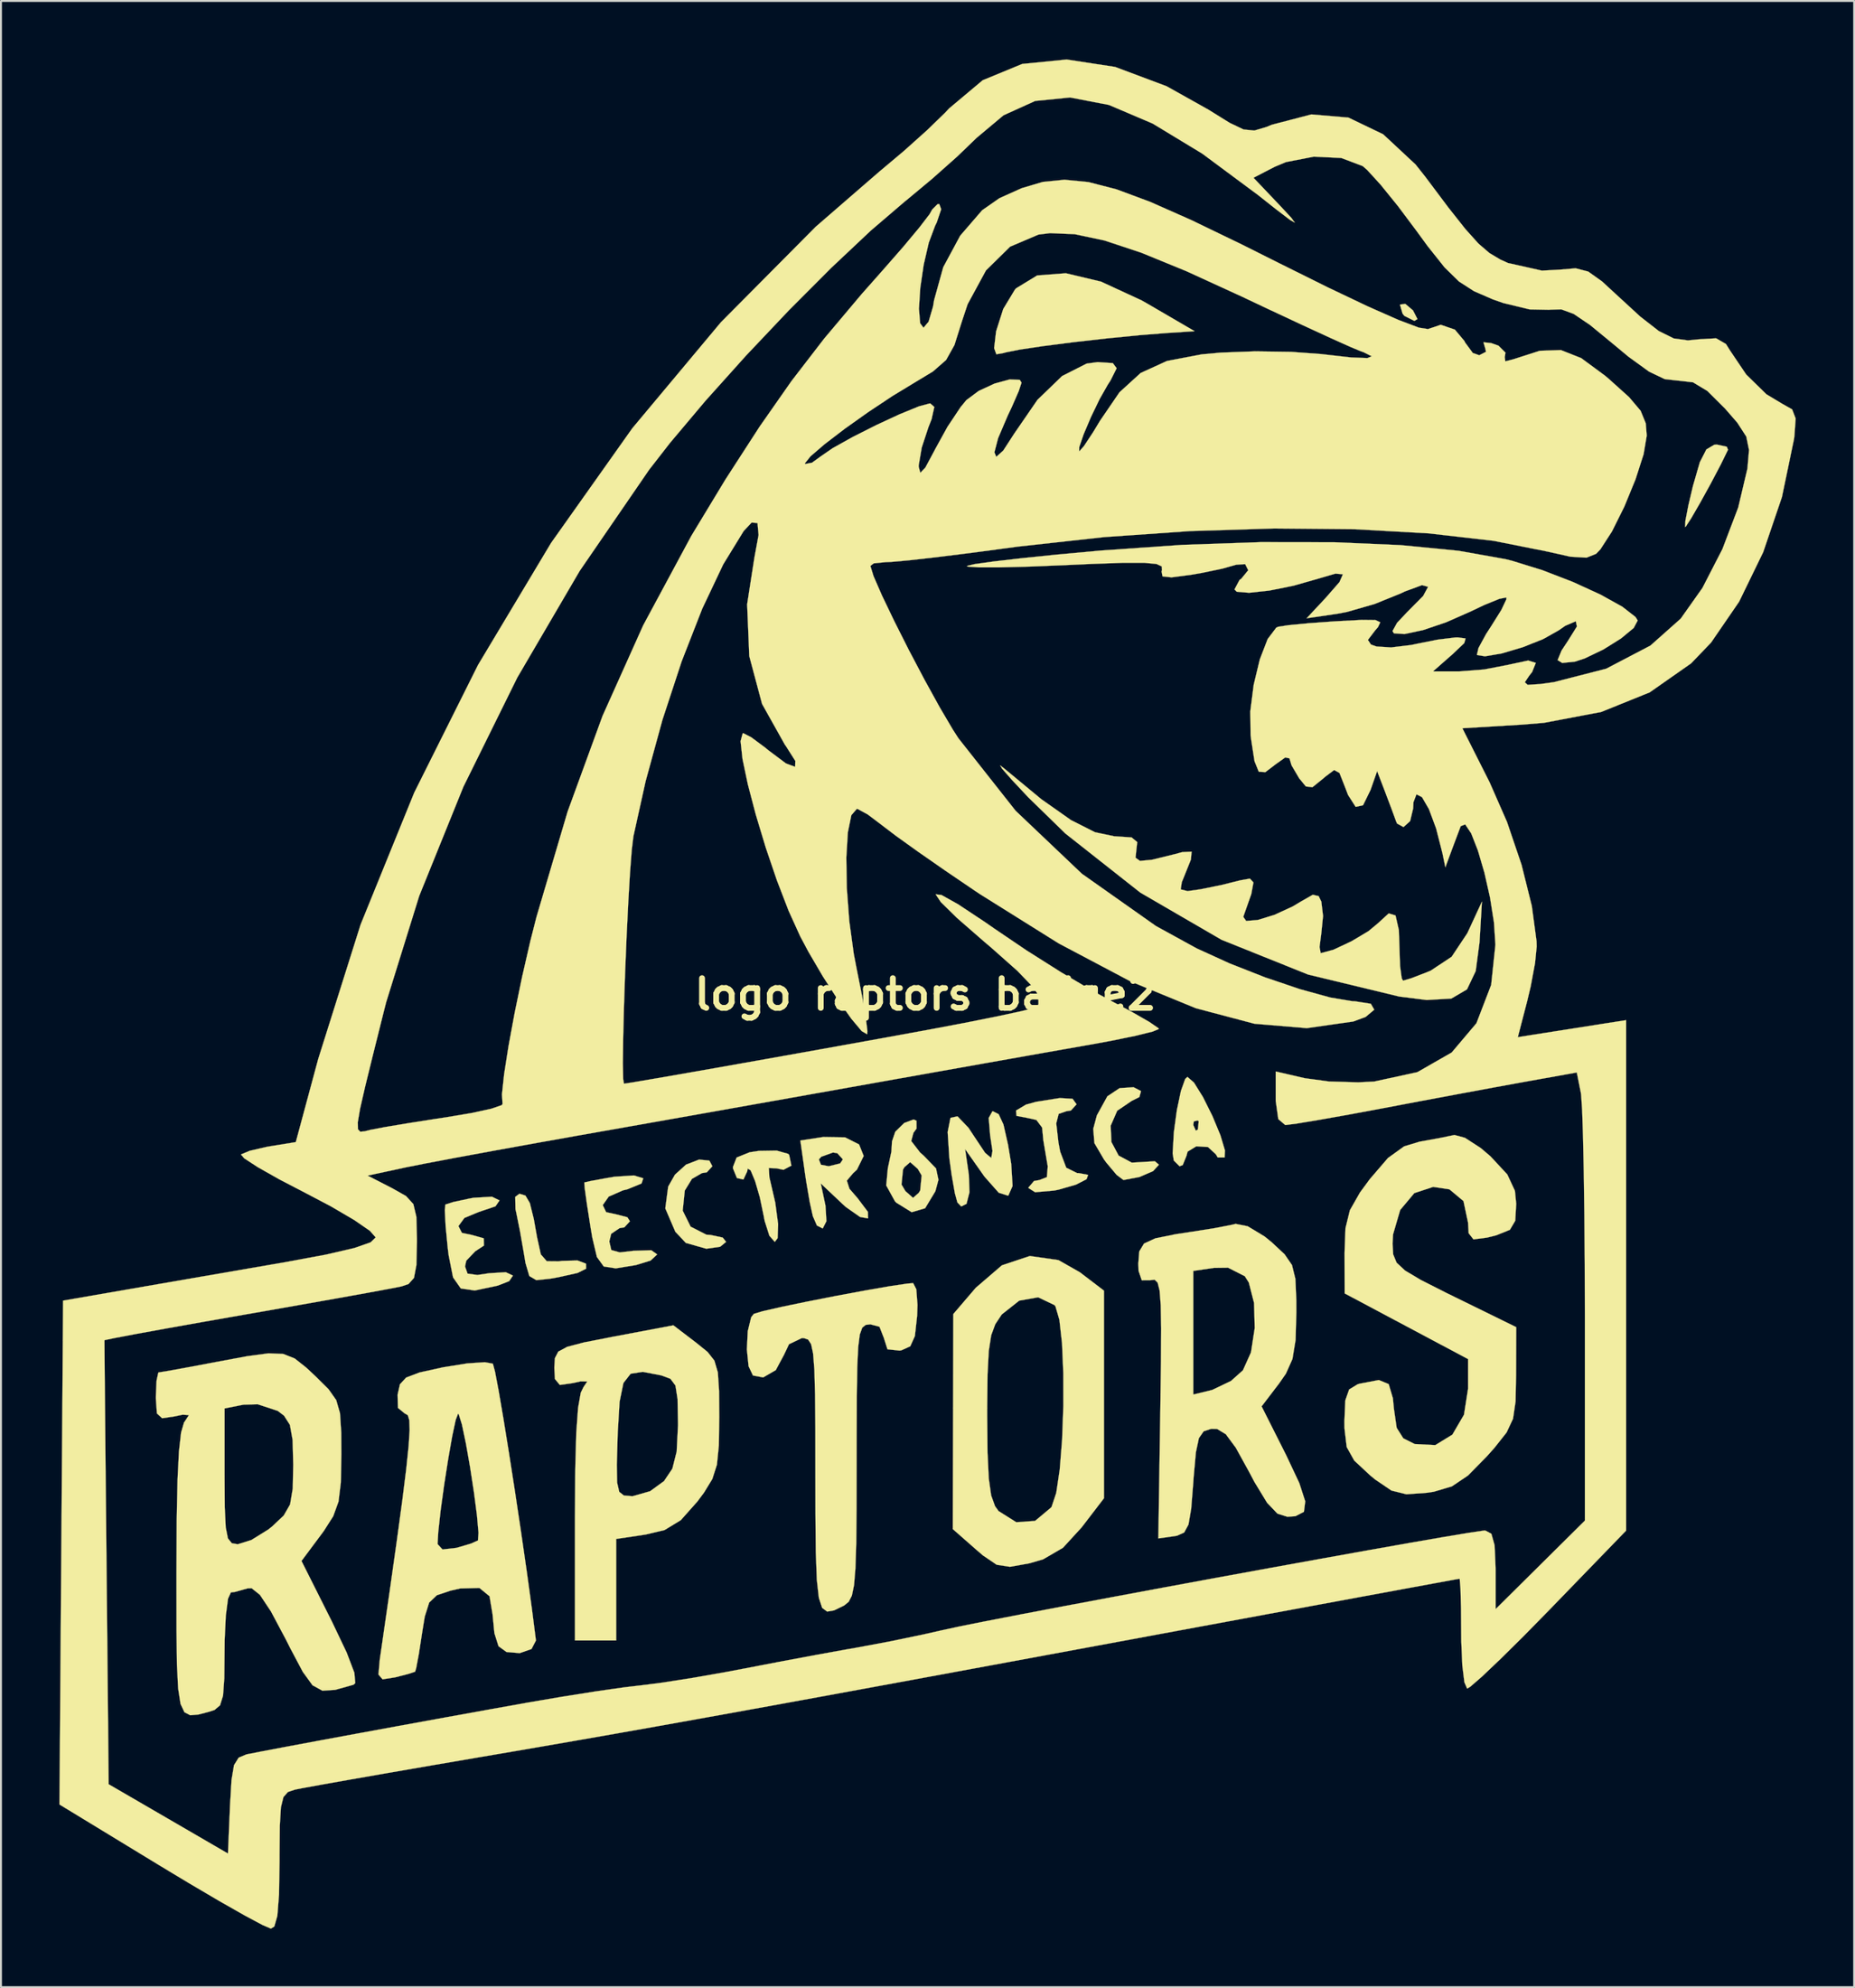
<source format=kicad_pcb>
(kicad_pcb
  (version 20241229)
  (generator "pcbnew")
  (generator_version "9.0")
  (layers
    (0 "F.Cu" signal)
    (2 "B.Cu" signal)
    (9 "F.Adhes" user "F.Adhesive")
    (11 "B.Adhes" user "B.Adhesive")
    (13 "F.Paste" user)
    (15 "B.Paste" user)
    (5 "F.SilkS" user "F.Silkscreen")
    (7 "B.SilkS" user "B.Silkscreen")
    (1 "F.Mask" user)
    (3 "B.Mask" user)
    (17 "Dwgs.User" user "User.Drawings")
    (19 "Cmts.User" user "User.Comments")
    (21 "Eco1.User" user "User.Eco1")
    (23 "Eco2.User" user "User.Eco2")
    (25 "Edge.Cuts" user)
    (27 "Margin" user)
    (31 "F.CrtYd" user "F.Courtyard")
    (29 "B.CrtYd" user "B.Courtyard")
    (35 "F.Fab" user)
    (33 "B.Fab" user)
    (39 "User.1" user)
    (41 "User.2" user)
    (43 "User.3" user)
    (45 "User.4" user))
  (footprint "logo raptors badge2"
    (layer "F.Cu")
    (at 44.464 47.993)
    (property "Reference" "logo raptors badge2" (at 0 0 0) (layer "F.SilkS") (effects (font (size 1.524 1.524) (thickness 0.3))))
    (attr through_hole)
    (fp_poly (pts (xy 25.04 -35.11) (xy 25.268 -34.666) (xy 25.111 -34.572) (xy 24.594 -34.832) (xy 24.504 -34.948) (xy 24.371 -35.408) (xy 24.645 -35.445) (xy 25.04 -35.11)) (stroke (width 0.01) (type solid)) (fill yes) (layer "F.SilkS"))
    (fp_poly (pts (xy 41.152 -28.113) (xy 41.214 -27.958) (xy 40.842 -27.198) (xy 40.332 -26.23) (xy 39.79 -25.247) (xy 39.326 -24.444) (xy 39.047 -24.015) (xy 39.015 -23.989) (xy 39.025 -24.299) (xy 39.182 -25.108) (xy 39.418 -26.106) (xy 39.77 -27.32) (xy 40.106 -27.976) (xy 40.506 -28.212) (xy 40.642 -28.222) (xy 41.152 -28.113)) (stroke (width 0.01) (type solid)) (fill yes) (layer "F.SilkS"))
    (fp_poly (pts (xy -11.091 8.529) (xy -10.936 8.819) (xy -11.222 9.131) (xy -11.474 9.172) (xy -11.985 9.467) (xy -12.352 10.066) (xy -12.46 11.097) (xy -12.052 11.92) (xy -11.246 12.332) (xy -11.028 12.347) (xy -10.406 12.48) (xy -10.231 12.7) (xy -10.536 12.951) (xy -11.248 13.053) (xy -12.297 12.753) (xy -12.836 12.183) (xy -13.352 10.982) (xy -13.204 9.864) (xy -12.856 9.251) (xy -12.288 8.736) (xy -11.618 8.478) (xy -11.091 8.529)) (stroke (width 0.01) (type solid)) (fill yes) (layer "F.SilkS"))
    (fp_poly (pts (xy 9.02 -36.587) (xy 11.109 -35.622) (xy 11.447 -35.429) (xy 13.825 -34.043) (xy 12.469 -33.956) (xy 11.001 -33.84) (xy 9.332 -33.675) (xy 7.635 -33.483) (xy 6.083 -33.284) (xy 4.85 -33.1) (xy 4.109 -32.951) (xy 4.03 -32.926) (xy 3.647 -32.859) (xy 3.533 -33.172) (xy 3.632 -34.018) (xy 3.634 -34.035) (xy 3.999 -35.181) (xy 4.597 -36.172) (xy 4.66 -36.244) (xy 5.744 -36.904) (xy 7.214 -37.017) (xy 9.02 -36.587)) (stroke (width 0.01) (type solid)) (fill yes) (layer "F.SilkS"))
    (fp_poly (pts (xy -20.534 10.325) (xy -20.308 10.71) (xy -20.103 11.537) (xy -19.937 12.472) (xy -19.744 13.345) (xy -19.437 13.695) (xy -18.827 13.701) (xy -18.659 13.677) (xy -17.859 13.656) (xy -17.425 13.82) (xy -17.422 14.078) (xy -17.857 14.295) (xy -18.845 14.516) (xy -19.272 14.592) (xy -19.972 14.666) (xy -20.333 14.455) (xy -20.53 13.789) (xy -20.612 13.3) (xy -20.811 12.158) (xy -21.007 11.189) (xy -21.045 11.024) (xy -21.059 10.391) (xy -20.841 10.231) (xy -20.534 10.325)) (stroke (width 0.01) (type solid)) (fill yes) (layer "F.SilkS"))
    (fp_poly (pts (xy 11.074 4.962) (xy 10.99 5.267) (xy 10.596 5.464) (xy 9.852 5.969) (xy 9.516 6.739) (xy 9.553 7.574) (xy 9.926 8.273) (xy 10.601 8.634) (xy 11.151 8.602) (xy 11.784 8.562) (xy 11.994 8.74) (xy 11.696 9.067) (xy 11 9.369) (xy 10.208 9.519) (xy 10.166 9.52) (xy 9.824 9.264) (xy 9.288 8.625) (xy 9.17 8.463) (xy 8.682 7.632) (xy 8.623 6.9) (xy 8.808 6.208) (xy 9.348 5.228) (xy 9.975 4.811) (xy 10.691 4.763) (xy 11.074 4.962)) (stroke (width 0.01) (type solid)) (fill yes) (layer "F.SilkS"))
    (fp_poly (pts (xy -7.047 8.182) (xy -6.991 8.24) (xy -6.879 8.788) (xy -7.287 9.002) (xy -7.637 8.927) (xy -8.036 8.91) (xy -8.009 9.383) (xy -7.707 10.687) (xy -7.56 11.785) (xy -7.584 12.507) (xy -7.729 12.7) (xy -8.006 12.389) (xy -8.252 11.619) (xy -8.297 11.377) (xy -8.498 10.413) (xy -8.742 9.577) (xy -8.97 9.031) (xy -9.121 8.937) (xy -9.148 9.084) (xy -9.343 9.501) (xy -9.675 9.422) (xy -9.875 8.932) (xy -9.878 8.858) (xy -9.69 8.372) (xy -9.024 8.103) (xy -8.555 8.031) (xy -7.637 8.016) (xy -7.047 8.182)) (stroke (width 0.01) (type solid)) (fill yes) (layer "F.SilkS"))
    (fp_poly (pts (xy 3.765 6.147) (xy 4.011 6.679) (xy 4.245 7.713) (xy 4.409 8.695) (xy 4.479 9.833) (xy 4.257 10.332) (xy 3.77 10.179) (xy 3.048 9.364) (xy 2.98 9.27) (xy 2.042 7.938) (xy 2.233 9.254) (xy 2.265 10.153) (xy 2.114 10.747) (xy 1.843 10.883) (xy 1.647 10.677) (xy 1.516 10.202) (xy 1.351 9.26) (xy 1.235 8.421) (xy 1.147 7.062) (xy 1.291 6.336) (xy 1.651 6.258) (xy 2.212 6.842) (xy 2.468 7.23) (xy 3.067 8.129) (xy 3.384 8.396) (xy 3.448 8.032) (xy 3.328 7.232) (xy 3.254 6.343) (xy 3.446 5.998) (xy 3.465 5.997) (xy 3.765 6.147)) (stroke (width 0.01) (type solid)) (fill yes) (layer "F.SilkS"))
    (fp_poly (pts (xy 13.794 4.527) (xy 14.254 5.266) (xy 14.738 6.236) (xy 15.148 7.221) (xy 15.384 8.008) (xy 15.366 8.369) (xy 15.014 8.367) (xy 14.915 8.202) (xy 14.511 7.832) (xy 13.915 7.794) (xy 13.467 8.068) (xy 13.406 8.29) (xy 13.215 8.76) (xy 13.053 8.819) (xy 12.759 8.526) (xy 12.7 8.163) (xy 12.761 7.081) (xy 12.812 6.703) (xy 13.758 6.703) (xy 13.887 6.993) (xy 13.994 6.938) (xy 14.036 6.519) (xy 13.994 6.468) (xy 13.784 6.516) (xy 13.758 6.703) (xy 12.812 6.703) (xy 12.916 5.94) (xy 13.124 4.954) (xy 13.344 4.338) (xy 13.457 4.233) (xy 13.794 4.527)) (stroke (width 0.01) (type solid)) (fill yes) (layer "F.SilkS"))
    (fp_poly (pts (xy -21.864 10.573) (xy -22.072 10.875) (xy -22.924 11.164) (xy -22.931 11.165) (xy -23.668 11.471) (xy -23.975 11.89) (xy -23.796 12.241) (xy -23.283 12.347) (xy -22.676 12.519) (xy -22.666 12.891) (xy -23.107 13.18) (xy -23.573 13.666) (xy -23.636 13.963) (xy -23.506 14.333) (xy -22.998 14.4) (xy -22.401 14.311) (xy -21.545 14.259) (xy -21.176 14.431) (xy -21.37 14.717) (xy -21.96 14.947) (xy -23.137 15.196) (xy -23.852 15.092) (xy -24.25 14.524) (xy -24.477 13.384) (xy -24.521 13.031) (xy -24.632 11.89) (xy -24.673 11.074) (xy -24.643 10.785) (xy -24.248 10.658) (xy -23.427 10.481) (xy -23.195 10.438) (xy -22.254 10.384) (xy -21.864 10.573)) (stroke (width 0.01) (type solid)) (fill yes) (layer "F.SilkS"))
    (fp_poly (pts (xy -14.484 9.438) (xy -14.573 9.704) (xy -15.292 9.999) (xy -15.522 10.054) (xy -16.258 10.377) (xy -16.565 10.813) (xy -16.391 11.176) (xy -15.875 11.289) (xy -15.302 11.437) (xy -15.169 11.642) (xy -15.455 11.955) (xy -15.699 11.994) (xy -16.132 12.287) (xy -16.228 12.678) (xy -16.126 13.121) (xy -15.689 13.242) (xy -14.993 13.161) (xy -14.073 13.131) (xy -13.769 13.345) (xy -14.109 13.66) (xy -14.861 13.891) (xy -15.894 14.06) (xy -16.511 13.965) (xy -16.864 13.477) (xy -17.102 12.47) (xy -17.197 11.906) (xy -17.376 10.761) (xy -17.489 9.947) (xy -17.51 9.653) (xy -17.168 9.573) (xy -16.364 9.426) (xy -15.963 9.358) (xy -14.967 9.291) (xy -14.484 9.438)) (stroke (width 0.01) (type solid)) (fill yes) (layer "F.SilkS"))
    (fp_poly (pts (xy -0.456 6.482) (xy -0.455 6.889) (xy -0.612 7.103) (xy -0.725 7.525) (xy -0.27 8.113) (xy -0.067 8.295) (xy 0.548 8.93) (xy 0.673 9.514) (xy 0.515 10.102) (xy -0.012 10.975) (xy -0.701 11.177) (xy -1.487 10.691) (xy -1.563 10.611) (xy -2.007 9.805) (xy -2.003 9.757) (xy -1.224 9.757) (xy -1.025 10.095) (xy -0.632 10.442) (xy -0.336 10.183) (xy -0.263 10.058) (xy -0.188 9.293) (xy -0.387 8.955) (xy -0.779 8.608) (xy -1.076 8.867) (xy -1.148 8.992) (xy -1.224 9.757) (xy -2.003 9.757) (xy -1.925 8.922) (xy -1.742 8.071) (xy -1.711 7.544) (xy -1.543 7.048) (xy -1.082 6.596) (xy -0.6 6.419) (xy -0.456 6.482)) (stroke (width 0.01) (type solid)) (fill yes) (layer "F.SilkS"))
    (fp_poly (pts (xy 7.561 5.358) (xy 7.761 5.635) (xy 7.761 5.644) (xy 7.475 5.957) (xy 7.232 5.997) (xy 6.847 6.13) (xy 6.721 6.617) (xy 6.833 7.595) (xy 6.923 8.07) (xy 7.235 8.896) (xy 7.792 9.17) (xy 7.876 9.172) (xy 8.359 9.263) (xy 8.275 9.486) (xy 7.732 9.764) (xy 6.838 10.021) (xy 6.615 10.066) (xy 5.636 10.152) (xy 5.292 9.933) (xy 5.292 9.917) (xy 5.58 9.577) (xy 5.865 9.525) (xy 6.242 9.378) (xy 6.286 8.822) (xy 6.218 8.423) (xy 6.06 7.49) (xy 5.997 6.835) (xy 5.703 6.442) (xy 5.292 6.35) (xy 4.68 6.232) (xy 4.658 5.959) (xy 5.169 5.655) (xy 5.689 5.512) (xy 6.906 5.319) (xy 7.561 5.358)) (stroke (width 0.01) (type solid)) (fill yes) (layer "F.SilkS"))
    (fp_poly (pts (xy -4.125 7.336) (xy -3.403 7.7) (xy -3.166 8.291) (xy -3.512 8.991) (xy -3.716 9.182) (xy -4.031 9.557) (xy -3.898 9.974) (xy -3.479 10.459) (xy -2.95 11.161) (xy -2.941 11.494) (xy -3.351 11.423) (xy -4.08 10.912) (xy -4.276 10.734) (xy -5.37 9.701) (xy -5.127 10.848) (xy -5.08 11.64) (xy -5.269 12.012) (xy -5.567 11.861) (xy -5.777 11.377) (xy -5.935 10.66) (xy -6.119 9.584) (xy -6.187 9.129) (xy -6.28 8.467) (xy -5.468 8.467) (xy -5.36 8.744) (xy -4.96 8.819) (xy -4.375 8.676) (xy -4.233 8.467) (xy -4.518 8.15) (xy -4.742 8.114) (xy -5.342 8.329) (xy -5.468 8.467) (xy -6.28 8.467) (xy -6.417 7.498) (xy -5.237 7.318) (xy -4.125 7.336)) (stroke (width 0.01) (type solid)) (fill yes) (layer "F.SilkS"))
    (fp_poly (pts (xy 6.834 13.637) (xy 7.932 14.26) (xy 9.172 15.205) (xy 9.172 25.86) (xy 8.026 27.354) (xy 7.065 28.403) (xy 6.051 28.993) (xy 5.345 29.2) (xy 4.343 29.379) (xy 3.662 29.273) (xy 2.954 28.792) (xy 2.611 28.497) (xy 1.411 27.444) (xy 1.424 21.924) (xy 1.425 21.627) (xy 3.175 21.627) (xy 3.193 23.524) (xy 3.256 24.844) (xy 3.379 25.716) (xy 3.579 26.268) (xy 3.759 26.519) (xy 4.667 27.09) (xy 5.635 27.024) (xy 6.457 26.337) (xy 6.486 26.294) (xy 6.722 25.588) (xy 6.902 24.382) (xy 7.024 22.845) (xy 7.086 21.142) (xy 7.085 19.44) (xy 7.019 17.906) (xy 6.885 16.707) (xy 6.682 16.01) (xy 6.632 15.946) (xy 5.793 15.545) (xy 4.821 15.717) (xy 3.932 16.419) (xy 3.906 16.452) (xy 3.591 16.926) (xy 3.381 17.494) (xy 3.256 18.302) (xy 3.194 19.495) (xy 3.175 21.22) (xy 3.175 21.627) (xy 1.425 21.627) (xy 1.438 16.404) (xy 2.591 15.057) (xy 3.933 13.904) (xy 5.367 13.427) (xy 6.834 13.637)) (stroke (width 0.01) (type solid)) (fill yes) (layer "F.SilkS"))
    (fp_poly (pts (xy -11.761 17.883) (xy -11.182 18.352) (xy -10.833 18.795) (xy -10.655 19.401) (xy -10.592 20.355) (xy -10.583 21.674) (xy -10.603 23.144) (xy -10.702 24.135) (xy -10.936 24.869) (xy -11.366 25.572) (xy -11.708 26.03) (xy -12.556 26.984) (xy -13.39 27.492) (xy -14.354 27.721) (xy -15.875 27.95) (xy -15.875 33.161) (xy -17.992 33.161) (xy -17.992 26.882) (xy -17.975 24.374) (xy -17.969 24.146) (xy -15.843 24.146) (xy -15.827 25.055) (xy -15.717 25.534) (xy -15.48 25.72) (xy -15.08 25.753) (xy -15.021 25.753) (xy -14.135 25.501) (xy -13.419 24.981) (xy -12.99 24.344) (xy -12.768 23.467) (xy -12.7 22.13) (xy -12.7 21.989) (xy -12.722 20.768) (xy -12.831 20.074) (xy -13.089 19.728) (xy -13.554 19.555) (xy -14.507 19.372) (xy -15.132 19.468) (xy -15.504 19.945) (xy -15.7 20.908) (xy -15.793 22.461) (xy -15.801 22.67) (xy -15.843 24.146) (xy -17.969 24.146) (xy -17.923 22.508) (xy -17.83 21.22) (xy -17.693 20.445) (xy -17.551 20.154) (xy -17.359 19.867) (xy -17.704 19.861) (xy -18.08 19.945) (xy -18.767 20.044) (xy -19.019 19.74) (xy -19.05 19.162) (xy -19.021 18.668) (xy -18.846 18.333) (xy -18.388 18.087) (xy -17.513 17.859) (xy -16.087 17.579) (xy -15.994 17.562) (xy -12.938 16.985) (xy -11.761 17.883)) (stroke (width 0.01) (type solid)) (fill yes) (layer "F.SilkS"))
    (fp_poly (pts (xy -0.465 15.132) (xy -0.404 15.933) (xy -0.422 16.492) (xy -0.537 17.533) (xy -0.774 18.06) (xy -1.229 18.266) (xy -1.323 18.281) (xy -1.944 18.214) (xy -2.117 17.672) (xy -2.117 17.663) (xy -2.354 17.057) (xy -2.822 16.933) (xy -3.062 16.961) (xy -3.24 17.105) (xy -3.366 17.456) (xy -3.449 18.106) (xy -3.497 19.145) (xy -3.52 20.664) (xy -3.527 22.754) (xy -3.528 23.976) (xy -3.532 26.381) (xy -3.549 28.176) (xy -3.59 29.456) (xy -3.661 30.319) (xy -3.773 30.858) (xy -3.934 31.171) (xy -4.152 31.352) (xy -4.21 31.385) (xy -4.685 31.615) (xy -5.042 31.676) (xy -5.297 31.488) (xy -5.467 30.972) (xy -5.571 30.049) (xy -5.623 28.64) (xy -5.642 26.666) (xy -5.644 24.694) (xy -5.647 22.298) (xy -5.662 20.515) (xy -5.697 19.257) (xy -5.762 18.431) (xy -5.866 17.948) (xy -6.018 17.715) (xy -6.227 17.643) (xy -6.343 17.639) (xy -7.001 17.954) (xy -7.257 18.495) (xy -7.68 19.283) (xy -8.327 19.657) (xy -8.851 19.559) (xy -9.076 19.083) (xy -9.163 18.221) (xy -9.117 17.282) (xy -8.942 16.571) (xy -8.806 16.396) (xy -8.357 16.261) (xy -7.389 16.04) (xy -6.078 15.768) (xy -4.602 15.478) (xy -3.136 15.205) (xy -1.857 14.982) (xy -0.942 14.845) (xy -0.626 14.817) (xy -0.465 15.132)) (stroke (width 0.01) (type solid)) (fill yes) (layer "F.SilkS"))
    (fp_poly (pts (xy 4.057 -11.591) (xy 5.956 -10.02) (xy 7.481 -8.947) (xy 8.707 -8.327) (xy 9.708 -8.115) (xy 9.77 -8.114) (xy 10.592 -8.058) (xy 10.88 -7.818) (xy 10.834 -7.41) (xy 10.793 -7.017) (xy 11.02 -6.853) (xy 11.637 -6.912) (xy 12.769 -7.19) (xy 13.194 -7.305) (xy 13.673 -7.327) (xy 13.635 -6.92) (xy 13.291 -6.064) (xy 13.17 -5.765) (xy 13.111 -5.391) (xy 13.467 -5.303) (xy 14.14 -5.399) (xy 15.243 -5.625) (xy 16.18 -5.859) (xy 16.665 -5.944) (xy 16.847 -5.749) (xy 16.736 -5.15) (xy 16.34 -4.027) (xy 16.324 -3.984) (xy 16.474 -3.771) (xy 17.07 -3.821) (xy 17.927 -4.085) (xy 18.858 -4.513) (xy 19.276 -4.763) (xy 19.897 -5.116) (xy 20.195 -5.046) (xy 20.333 -4.764) (xy 20.421 -4.028) (xy 20.335 -3.164) (xy 20.24 -2.433) (xy 20.301 -2.117) (xy 20.305 -2.117) (xy 20.96 -2.296) (xy 21.879 -2.727) (xy 22.753 -3.247) (xy 23.238 -3.65) (xy 23.794 -4.158) (xy 24.143 -4.053) (xy 24.313 -3.305) (xy 24.342 -2.469) (xy 24.375 -1.463) (xy 24.462 -0.824) (xy 24.529 -0.706) (xy 24.947 -0.829) (xy 25.743 -1.135) (xy 25.949 -1.22) (xy 27.025 -1.933) (xy 27.828 -3.139) (xy 27.88 -3.249) (xy 28.58 -4.763) (xy 28.456 -2.681) (xy 28.26 -1.2) (xy 27.813 -0.26) (xy 27.01 0.211) (xy 25.744 0.286) (xy 24.342 0.11) (xy 19.654 -1.021) (xy 15.207 -2.807) (xy 11.039 -5.227) (xy 7.19 -8.261) (xy 5.292 -10.111) (xy 4.437 -11.023) (xy 3.938 -11.591) (xy 3.843 -11.758) (xy 4.057 -11.591)) (stroke (width 0.01) (type solid)) (fill yes) (layer "F.SilkS"))
    (fp_poly (pts (xy 16.553 11.9) (xy 17.419 12.423) (xy 17.786 12.722) (xy 18.448 13.341) (xy 18.826 13.89) (xy 19 14.595) (xy 19.048 15.684) (xy 19.05 16.319) (xy 19.01 17.743) (xy 18.851 18.71) (xy 18.512 19.468) (xy 18.158 19.976) (xy 17.266 21.145) (xy 18.523 23.64) (xy 19.202 25.081) (xy 19.507 26.021) (xy 19.439 26.556) (xy 19.001 26.782) (xy 18.588 26.81) (xy 18.079 26.649) (xy 17.548 26.092) (xy 16.901 25.028) (xy 16.621 24.498) (xy 15.942 23.267) (xy 15.429 22.574) (xy 14.979 22.302) (xy 14.681 22.295) (xy 14.292 22.423) (xy 14.046 22.774) (xy 13.892 23.498) (xy 13.779 24.747) (xy 13.758 25.047) (xy 13.65 26.404) (xy 13.512 27.209) (xy 13.291 27.616) (xy 12.931 27.781) (xy 12.773 27.808) (xy 11.965 27.922) (xy 12.068 21.197) (xy 12.1 18.863) (xy 12.109 17.145) (xy 12.088 15.954) (xy 12.03 15.2) (xy 11.928 14.793) (xy 11.775 14.644) (xy 11.564 14.665) (xy 11.553 14.668) (xy 11.113 14.67) (xy 10.95 14.191) (xy 13.758 14.191) (xy 13.758 20.538) (xy 14.728 20.302) (xy 15.692 19.842) (xy 16.308 19.293) (xy 16.722 18.372) (xy 16.914 17.123) (xy 16.879 15.833) (xy 16.61 14.787) (xy 16.405 14.464) (xy 15.546 14.027) (xy 14.817 14.036) (xy 13.758 14.191) (xy 10.95 14.191) (xy 10.948 14.186) (xy 10.936 13.806) (xy 10.986 13.189) (xy 11.23 12.787) (xy 11.811 12.52) (xy 12.868 12.305) (xy 13.758 12.171) (xy 14.862 11.995) (xy 15.737 11.826) (xy 15.934 11.778) (xy 16.553 11.9)) (stroke (width 0.01) (type solid)) (fill yes) (layer "F.SilkS"))
    (fp_poly (pts (xy 27.709 7.361) (xy 28.516 7.884) (xy 29.016 8.308) (xy 29.882 9.241) (xy 30.273 10.08) (xy 30.339 10.744) (xy 30.29 11.616) (xy 30.015 12.081) (xy 29.324 12.36) (xy 28.84 12.482) (xy 28.146 12.572) (xy 27.898 12.256) (xy 27.869 11.719) (xy 27.633 10.607) (xy 26.913 10.005) (xy 26.076 9.878) (xy 25.106 10.199) (xy 24.383 11.062) (xy 24.015 12.32) (xy 23.989 12.791) (xy 24.022 13.342) (xy 24.198 13.77) (xy 24.634 14.175) (xy 25.446 14.658) (xy 26.75 15.319) (xy 27.164 15.522) (xy 30.339 17.078) (xy 30.332 19.564) (xy 30.306 20.892) (xy 30.176 21.778) (xy 29.846 22.483) (xy 29.221 23.273) (xy 28.832 23.709) (xy 27.863 24.694) (xy 27.038 25.249) (xy 26.104 25.527) (xy 25.753 25.58) (xy 24.701 25.656) (xy 23.932 25.464) (xy 23.102 24.901) (xy 22.842 24.688) (xy 22.025 23.927) (xy 21.637 23.233) (xy 21.523 22.278) (xy 21.519 21.888) (xy 21.566 20.833) (xy 21.762 20.277) (xy 22.193 20.013) (xy 22.313 19.978) (xy 23.285 19.793) (xy 23.792 20.002) (xy 24.008 20.731) (xy 24.057 21.248) (xy 24.202 22.247) (xy 24.542 22.785) (xy 25.13 23.079) (xy 26.185 23.133) (xy 27.063 22.595) (xy 27.659 21.573) (xy 27.869 20.233) (xy 27.869 18.718) (xy 24.701 17.032) (xy 21.532 15.346) (xy 21.526 13.268) (xy 21.573 12.002) (xy 21.8 11.078) (xy 22.321 10.163) (xy 22.825 9.478) (xy 23.756 8.395) (xy 24.586 7.798) (xy 25.382 7.557) (xy 26.377 7.378) (xy 27.12 7.225) (xy 27.164 7.214) (xy 27.709 7.361)) (stroke (width 0.01) (type solid)) (fill yes) (layer "F.SilkS"))
    (fp_poly (pts (xy -22.207 18.954) (xy -22.099 19.352) (xy -21.913 20.327) (xy -21.668 21.758) (xy -21.382 23.523) (xy -21.074 25.502) (xy -20.763 27.573) (xy -20.467 29.614) (xy -20.207 31.504) (xy -20 33.122) (xy -19.995 33.161) (xy -20.222 33.598) (xy -20.828 33.81) (xy -21.508 33.751) (xy -21.915 33.457) (xy -22.127 32.787) (xy -22.22 31.836) (xy -22.22 31.827) (xy -22.376 30.891) (xy -22.898 30.464) (xy -23.883 30.49) (xy -24.385 30.604) (xy -25.082 30.838) (xy -25.476 31.214) (xy -25.705 31.937) (xy -25.846 32.807) (xy -26.01 33.866) (xy -26.145 34.581) (xy -26.2 34.764) (xy -26.563 34.882) (xy -27.23 35.053) (xy -27.868 35.154) (xy -28.08 34.909) (xy -28.013 34.146) (xy -28.011 34.132) (xy -27.529 30.805) (xy -27.161 28.212) (xy -25.047 28.212) (xy -24.793 28.49) (xy -24.078 28.408) (xy -23.327 28.187) (xy -22.969 28.026) (xy -22.943 27.63) (xy -23.022 26.746) (xy -23.176 25.561) (xy -23.376 24.261) (xy -23.592 23.036) (xy -23.795 22.073) (xy -23.955 21.559) (xy -23.994 21.519) (xy -24.116 21.839) (xy -24.295 22.678) (xy -24.502 23.853) (xy -24.71 25.183) (xy -24.889 26.487) (xy -25.01 27.581) (xy -25.047 28.212) (xy -27.161 28.212) (xy -27.147 28.11) (xy -26.857 25.983) (xy -26.654 24.36) (xy -26.531 23.174) (xy -26.48 22.362) (xy -26.496 21.859) (xy -26.572 21.6) (xy -26.701 21.52) (xy -26.718 21.519) (xy -27.079 21.223) (xy -27.099 20.549) (xy -26.978 20.013) (xy -26.659 19.665) (xy -25.975 19.406) (xy -24.765 19.139) (xy -24.72 19.131) (xy -23.525 18.94) (xy -22.616 18.879) (xy -22.207 18.954)) (stroke (width 0.01) (type solid)) (fill yes) (layer "F.SilkS"))
    (fp_poly (pts (xy -32.967 18.454) (xy -32.38 18.688) (xy -31.793 19.152) (xy -31.309 19.604) (xy -30.644 20.264) (xy -30.25 20.822) (xy -30.057 21.494) (xy -29.992 22.494) (xy -29.986 23.595) (xy -30.013 25.048) (xy -30.132 26.032) (xy -30.404 26.782) (xy -30.885 27.536) (xy -31.01 27.706) (xy -32.034 29.079) (xy -30.473 32.187) (xy -29.714 33.78) (xy -29.318 34.82) (xy -29.273 35.349) (xy -29.361 35.431) (xy -30.304 35.696) (xy -30.958 35.738) (xy -31.465 35.461) (xy -31.965 34.772) (xy -32.599 33.576) (xy -32.839 33.101) (xy -33.601 31.669) (xy -34.166 30.82) (xy -34.591 30.479) (xy -34.797 30.485) (xy -35.463 30.671) (xy -35.659 30.692) (xy -35.807 31.017) (xy -35.919 31.885) (xy -35.978 33.132) (xy -35.983 33.649) (xy -35.997 35.099) (xy -36.062 35.995) (xy -36.216 36.487) (xy -36.497 36.726) (xy -36.777 36.819) (xy -37.33 36.962) (xy -37.745 36.998) (xy -38.043 36.844) (xy -38.243 36.418) (xy -38.364 35.637) (xy -38.427 34.418) (xy -38.45 32.677) (xy -38.453 30.334) (xy -38.453 29.704) (xy -38.44 27.001) (xy -38.398 24.939) (xy -38.324 23.457) (xy -38.215 22.489) (xy -38.066 21.974) (xy -38.012 21.897) (xy -37.812 21.593) (xy -38.14 21.572) (xy -38.541 21.657) (xy -39.188 21.753) (xy -39.456 21.506) (xy -39.475 21.249) (xy -35.983 21.249) (xy -35.983 24.736) (xy -35.973 26.332) (xy -35.924 27.352) (xy -35.812 27.921) (xy -35.612 28.169) (xy -35.305 28.222) (xy -34.607 28.004) (xy -33.736 27.465) (xy -33.541 27.309) (xy -32.944 26.746) (xy -32.618 26.178) (xy -32.482 25.369) (xy -32.456 24.142) (xy -32.489 22.865) (xy -32.628 22.092) (xy -32.929 21.622) (xy -33.249 21.377) (xy -34.279 21.037) (xy -35.013 21.057) (xy -35.983 21.249) (xy -39.475 21.249) (xy -39.511 20.742) (xy -39.511 20.644) (xy -39.475 19.825) (xy -39.385 19.414) (xy -39.366 19.403) (xy -38.975 19.341) (xy -38.068 19.177) (xy -36.819 18.943) (xy -36.455 18.874) (xy -34.831 18.571) (xy -33.726 18.423) (xy -32.967 18.454)) (stroke (width 0.01) (type solid)) (fill yes) (layer "F.SilkS"))
    (fp_poly (pts (xy 20.983 -23.21) (xy 24.412 -23.061) (xy 27.383 -22.771) (xy 29.787 -22.343) (xy 30.138 -22.255) (xy 31.682 -21.777) (xy 33.243 -21.175) (xy 34.664 -20.525) (xy 35.79 -19.9) (xy 36.464 -19.374) (xy 36.577 -19.195) (xy 36.372 -18.81) (xy 35.719 -18.271) (xy 34.818 -17.708) (xy 33.866 -17.251) (xy 33.362 -17.084) (xy 32.703 -17.015) (xy 32.467 -17.16) (xy 32.669 -17.651) (xy 32.996 -18.147) (xy 33.457 -18.886) (xy 33.402 -19.155) (xy 32.859 -18.923) (xy 32.512 -18.683) (xy 31.717 -18.237) (xy 30.671 -17.821) (xy 29.601 -17.504) (xy 28.737 -17.356) (xy 28.321 -17.423) (xy 28.403 -17.781) (xy 28.797 -18.504) (xy 29.063 -18.914) (xy 29.575 -19.731) (xy 29.833 -20.274) (xy 29.835 -20.377) (xy 29.475 -20.306) (xy 28.688 -19.985) (xy 27.993 -19.654) (xy 26.734 -19.099) (xy 25.552 -18.7) (xy 24.607 -18.499) (xy 24.061 -18.535) (xy 23.989 -18.651) (xy 24.225 -19.077) (xy 24.727 -19.609) (xy 25.561 -20.45) (xy 25.817 -20.924) (xy 25.502 -21.009) (xy 24.623 -20.685) (xy 24.407 -20.582) (xy 23.066 -20.04) (xy 21.646 -19.632) (xy 21.167 -19.541) (xy 19.579 -19.308) (xy 20.549 -20.345) (xy 21.266 -21.166) (xy 21.442 -21.567) (xy 21.057 -21.599) (xy 20.197 -21.348) (xy 18.903 -20.979) (xy 17.654 -20.728) (xy 16.625 -20.617) (xy 15.992 -20.669) (xy 15.875 -20.789) (xy 16.132 -21.271) (xy 16.228 -21.343) (xy 16.58 -21.774) (xy 16.422 -22.088) (xy 15.963 -22.057) (xy 15.253 -21.856) (xy 14.174 -21.631) (xy 13.651 -21.54) (xy 12.641 -21.408) (xy 12.18 -21.458) (xy 12.13 -21.712) (xy 12.152 -21.775) (xy 12.142 -21.97) (xy 11.871 -22.095) (xy 11.242 -22.154) (xy 10.162 -22.154) (xy 8.534 -22.097) (xy 7.144 -22.034) (xy 5.339 -21.96) (xy 3.833 -21.922) (xy 2.741 -21.922) (xy 2.18 -21.96) (xy 2.134 -21.992) (xy 2.53 -22.087) (xy 3.518 -22.225) (xy 4.984 -22.394) (xy 6.817 -22.582) (xy 8.904 -22.774) (xy 9.013 -22.784) (xy 13.176 -23.074) (xy 17.201 -23.215) (xy 20.983 -23.21)) (stroke (width 0.01) (type solid)) (fill yes) (layer "F.SilkS"))
    (fp_poly (pts (xy 9.747 -47.606) (xy 12.391 -46.615) (xy 14.539 -45.412) (xy 15.627 -44.736) (xy 16.341 -44.396) (xy 16.895 -44.342) (xy 17.505 -44.522) (xy 17.791 -44.639) (xy 19.821 -45.169) (xy 21.726 -45.006) (xy 23.508 -44.15) (xy 25.172 -42.599) (xy 25.665 -41.977) (xy 26.85 -40.398) (xy 27.728 -39.288) (xy 28.398 -38.542) (xy 28.963 -38.055) (xy 29.523 -37.721) (xy 29.915 -37.543) (xy 31.658 -37.152) (xy 32.569 -37.201) (xy 33.389 -37.271) (xy 34.034 -37.105) (xy 34.746 -36.598) (xy 35.419 -35.978) (xy 36.707 -34.794) (xy 37.663 -34.05) (xy 38.432 -33.669) (xy 39.159 -33.57) (xy 39.717 -33.627) (xy 40.605 -33.678) (xy 41.109 -33.386) (xy 41.319 -33.051) (xy 42.149 -31.82) (xy 43.186 -30.805) (xy 44.014 -30.308) (xy 44.508 -30.03) (xy 44.687 -29.562) (xy 44.625 -28.671) (xy 44.601 -28.494) (xy 43.984 -25.531) (xy 43.021 -22.701) (xy 41.784 -20.158) (xy 40.342 -18.057) (xy 39.318 -16.992) (xy 37.193 -15.505) (xy 34.707 -14.5) (xy 31.766 -13.942) (xy 30.632 -13.848) (xy 27.574 -13.664) (xy 28.976 -10.883) (xy 29.868 -8.851) (xy 30.613 -6.656) (xy 31.141 -4.538) (xy 31.383 -2.737) (xy 31.391 -2.458) (xy 31.306 -1.606) (xy 31.083 -0.412) (xy 30.91 0.314) (xy 30.422 2.194) (xy 31.88 1.965) (xy 33.21 1.756) (xy 34.529 1.549) (xy 34.66 1.528) (xy 35.983 1.321) (xy 35.983 27.521) (xy 32.055 31.576) (xy 30.706 32.95) (xy 29.517 34.125) (xy 28.58 35.015) (xy 27.983 35.533) (xy 27.822 35.631) (xy 27.68 35.306) (xy 27.573 34.442) (xy 27.52 33.208) (xy 27.517 32.808) (xy 27.507 31.498) (xy 27.48 30.513) (xy 27.441 30.019) (xy 27.428 29.991) (xy 27.074 30.054) (xy 26.101 30.232) (xy 24.585 30.511) (xy 22.602 30.877) (xy 20.226 31.316) (xy 17.533 31.814) (xy 14.599 32.357) (xy 13.935 32.48) (xy 8.746 33.441) (xy 4.184 34.285) (xy 0.18 35.024) (xy -3.333 35.671) (xy -6.423 36.237) (xy -9.158 36.735) (xy -11.605 37.177) (xy -13.832 37.576) (xy -15.907 37.944) (xy -17.896 38.292) (xy -19.868 38.634) (xy -21.891 38.981) (xy -22.931 39.158) (xy -25.355 39.573) (xy -27.581 39.958) (xy -29.504 40.294) (xy -31.019 40.563) (xy -32.02 40.746) (xy -32.367 40.815) (xy -32.73 40.938) (xy -32.961 41.197) (xy -33.09 41.726) (xy -33.147 42.664) (xy -33.161 44.145) (xy -33.161 44.488) (xy -33.187 46.2) (xy -33.273 47.291) (xy -33.429 47.841) (xy -33.602 47.95) (xy -34.036 47.764) (xy -34.962 47.268) (xy -36.272 46.523) (xy -37.86 45.588) (xy -39.251 44.75) (xy -44.459 41.579) (xy -44.366 28.648) (xy -44.288 17.751) (xy -42.151 17.751) (xy -42.149 18.106) (xy -42.141 19.082) (xy -42.128 20.597) (xy -42.11 22.565) (xy -42.088 24.904) (xy -42.062 27.529) (xy -42.046 29.177) (xy -41.936 40.54) (xy -38.871 42.319) (xy -35.807 44.099) (xy -35.703 41.632) (xy -35.626 40.324) (xy -35.497 39.56) (xy -35.259 39.176) (xy -34.86 39.009) (xy -34.821 39.001) (xy -34.079 38.855) (xy -32.773 38.608) (xy -31.034 38.283) (xy -28.992 37.906) (xy -26.779 37.5) (xy -24.523 37.089) (xy -22.357 36.697) (xy -20.461 36.357) (xy -18.645 36.047) (xy -16.893 35.77) (xy -15.431 35.562) (xy -14.64 35.469) (xy -13.507 35.325) (xy -11.942 35.08) (xy -10.204 34.774) (xy -9.349 34.612) (xy -7.53 34.262) (xy -5.668 33.913) (xy -4.065 33.622) (xy -3.528 33.529) (xy -1.878 33.221) (xy -0.108 32.854) (xy 0.882 32.63) (xy 1.713 32.45) (xy 3.094 32.173) (xy 4.93 31.817) (xy 7.13 31.398) (xy 9.601 30.934) (xy 12.248 30.441) (xy 14.98 29.937) (xy 17.703 29.439) (xy 20.325 28.964) (xy 22.751 28.528) (xy 24.89 28.149) (xy 26.647 27.844) (xy 27.931 27.631) (xy 28.648 27.525) (xy 28.749 27.517) (xy 29.064 27.683) (xy 29.229 28.273) (xy 29.28 29.42) (xy 29.281 29.535) (xy 29.281 31.553) (xy 31.574 29.281) (xy 33.867 27.008) (xy 33.867 16.547) (xy 33.86 13.849) (xy 33.84 11.338) (xy 33.81 9.113) (xy 33.771 7.272) (xy 33.725 5.915) (xy 33.673 5.139) (xy 33.659 5.046) (xy 33.451 4.006) (xy 30.748 4.49) (xy 29.306 4.753) (xy 27.423 5.102) (xy 25.354 5.489) (xy 23.508 5.839) (xy 21.772 6.162) (xy 20.263 6.431) (xy 19.13 6.619) (xy 18.52 6.701) (xy 18.481 6.703) (xy 18.124 6.401) (xy 17.993 5.47) (xy 17.992 5.329) (xy 17.992 3.956) (xy 19.491 4.302) (xy 20.727 4.469) (xy 22.226 4.512) (xy 23.042 4.473) (xy 25.265 3.99) (xy 27.026 2.982) (xy 28.298 1.479) (xy 29.055 -0.489) (xy 29.273 -2.55) (xy 29.199 -3.691) (xy 28.997 -4.97) (xy 28.708 -6.251) (xy 28.371 -7.396) (xy 28.029 -8.267) (xy 27.722 -8.727) (xy 27.49 -8.637) (xy 27.479 -8.609) (xy 27.13 -7.683) (xy 26.962 -7.232) (xy 26.702 -6.526) (xy 26.557 -7.232) (xy 26.228 -8.521) (xy 25.858 -9.515) (xy 25.502 -10.128) (xy 25.218 -10.272) (xy 25.061 -9.861) (xy 25.047 -9.546) (xy 24.892 -8.897) (xy 24.553 -8.591) (xy 24.223 -8.772) (xy 24.173 -8.885) (xy 23.936 -9.532) (xy 23.605 -10.407) (xy 23.199 -11.465) (xy 22.859 -10.495) (xy 22.475 -9.712) (xy 22.098 -9.626) (xy 21.705 -10.241) (xy 21.553 -10.638) (xy 21.265 -11.37) (xy 20.992 -11.519) (xy 20.523 -11.168) (xy 20.429 -11.083) (xy 19.876 -10.637) (xy 19.539 -10.676) (xy 19.195 -11.096) (xy 18.804 -11.761) (xy 18.697 -12.117) (xy 18.482 -12.165) (xy 17.99 -11.816) (xy 17.458 -11.41) (xy 17.121 -11.432) (xy 16.903 -11.971) (xy 16.726 -13.114) (xy 16.702 -13.312) (xy 16.686 -14.533) (xy 16.861 -15.895) (xy 17.175 -17.198) (xy 17.578 -18.242) (xy 18.019 -18.825) (xy 18.117 -18.872) (xy 18.65 -18.954) (xy 19.674 -19.052) (xy 20.977 -19.146) (xy 21.091 -19.153) (xy 22.398 -19.223) (xy 23.116 -19.215) (xy 23.359 -19.101) (xy 23.243 -18.854) (xy 23.094 -18.683) (xy 22.724 -18.196) (xy 22.881 -17.959) (xy 23.169 -17.858) (xy 23.916 -17.81) (xy 24.96 -17.938) (xy 25.224 -17.994) (xy 26.308 -18.21) (xy 27.204 -18.321) (xy 27.34 -18.325) (xy 27.74 -18.272) (xy 27.672 -18.034) (xy 27.096 -17.487) (xy 27.056 -17.451) (xy 26.066 -16.581) (xy 27.411 -16.581) (xy 28.694 -16.679) (xy 29.933 -16.918) (xy 29.965 -16.927) (xy 30.957 -17.139) (xy 31.346 -17.018) (xy 31.157 -16.551) (xy 31.007 -16.36) (xy 30.78 -16.022) (xy 30.927 -15.89) (xy 31.571 -15.931) (xy 32.28 -16.03) (xy 34.96 -16.718) (xy 37.232 -17.906) (xy 38.787 -19.288) (xy 39.902 -20.864) (xy 40.929 -22.86) (xy 41.74 -24.993) (xy 42.21 -26.977) (xy 42.215 -27.012) (xy 42.295 -27.946) (xy 42.155 -28.635) (xy 41.692 -29.349) (xy 41.067 -30.068) (xy 40.151 -30.98) (xy 39.418 -31.42) (xy 38.667 -31.506) (xy 38.655 -31.505) (xy 37.964 -31.585) (xy 37.162 -31.968) (xy 36.104 -32.735) (xy 35.318 -33.388) (xy 34.127 -34.366) (xy 33.29 -34.931) (xy 32.655 -35.165) (xy 32.072 -35.148) (xy 32.044 -35.142) (xy 31.031 -35.162) (xy 29.673 -35.49) (xy 29.139 -35.678) (xy 28.175 -36.096) (xy 27.403 -36.593) (xy 26.664 -37.316) (xy 25.794 -38.408) (xy 25.212 -39.205) (xy 24.261 -40.474) (xy 23.378 -41.563) (xy 22.694 -42.313) (xy 22.458 -42.519) (xy 21.357 -42.935) (xy 19.943 -43.002) (xy 18.513 -42.723) (xy 17.932 -42.479) (xy 16.85 -41.919) (xy 18.215 -40.483) (xy 18.79 -39.864) (xy 18.972 -39.616) (xy 18.718 -39.761) (xy 17.99 -40.316) (xy 17.09 -41.028) (xy 14.218 -43.158) (xy 11.678 -44.698) (xy 9.43 -45.656) (xy 7.43 -46.041) (xy 5.639 -45.862) (xy 4.014 -45.126) (xy 2.64 -43.975) (xy 1.644 -43.016) (xy 0.351 -41.868) (xy -0.969 -40.769) (xy -1.064 -40.693) (xy -2.803 -39.205) (xy -4.831 -37.296) (xy -7.012 -35.11) (xy -9.21 -32.788) (xy -11.287 -30.475) (xy -13.109 -28.312) (xy -14.181 -26.935) (xy -17.751 -21.735) (xy -20.953 -16.264) (xy -23.721 -10.659) (xy -25.988 -5.058) (xy -27.687 0.404) (xy -27.823 0.938) (xy -28.376 3.148) (xy -28.773 4.762) (xy -29.026 5.869) (xy -29.143 6.559) (xy -29.136 6.922) (xy -29.014 7.048) (xy -28.788 7.025) (xy -28.504 6.953) (xy -27.791 6.817) (xy -26.597 6.616) (xy -25.143 6.388) (xy -24.629 6.311) (xy -23.284 6.085) (xy -22.275 5.864) (xy -21.749 5.682) (xy -21.709 5.622) (xy -21.739 5.128) (xy -21.627 4.087) (xy -21.4 2.64) (xy -21.083 0.926) (xy -20.701 -0.915) (xy -20.28 -2.745) (xy -19.966 -3.977) (xy -18.37 -9.378) (xy -16.574 -14.296) (xy -14.486 -18.947) (xy -12.011 -23.544) (xy -10.266 -26.427) (xy -9.727 -27.261) (xy -6.185 -27.261) (xy -6.176 -27.225) (xy -5.818 -27.293) (xy -5.382 -27.61) (xy -4.756 -28.04) (xy -3.735 -28.61) (xy -2.521 -29.223) (xy -1.317 -29.781) (xy -0.326 -30.186) (xy 0.247 -30.339) (xy 0.46 -30.153) (xy 0.319 -29.522) (xy 0.158 -29.115) (xy -0.185 -28.073) (xy -0.341 -27.16) (xy -0.342 -27.087) (xy -0.259 -26.775) (xy -0.002 -27.037) (xy 0.468 -27.913) (xy 0.503 -27.983) (xy 1.139 -29.137) (xy 1.812 -30.147) (xy 2.107 -30.505) (xy 2.74 -30.977) (xy 3.557 -31.355) (xy 4.336 -31.567) (xy 4.85 -31.544) (xy 4.939 -31.402) (xy 4.798 -30.975) (xy 4.441 -30.156) (xy 4.233 -29.717) (xy 3.736 -28.554) (xy 3.546 -27.826) (xy 3.641 -27.593) (xy 4 -27.914) (xy 4.569 -28.791) (xy 5.759 -30.521) (xy 7.024 -31.741) (xy 8.278 -32.378) (xy 8.847 -32.456) (xy 9.626 -32.404) (xy 9.823 -32.142) (xy 9.507 -31.513) (xy 9.367 -31.297) (xy 8.95 -30.563) (xy 8.507 -29.645) (xy 8.127 -28.751) (xy 7.901 -28.091) (xy 7.899 -27.869) (xy 8.145 -28.146) (xy 8.614 -28.856) (xy 8.97 -29.445) (xy 9.971 -30.909) (xy 11.058 -31.899) (xy 12.407 -32.514) (xy 14.196 -32.855) (xy 15.169 -32.943) (xy 16.934 -33.009) (xy 18.783 -32.982) (xy 20.34 -32.868) (xy 20.461 -32.853) (xy 21.866 -32.694) (xy 22.699 -32.663) (xy 22.922 -32.755) (xy 22.495 -32.968) (xy 22.364 -33.013) (xy 21.834 -33.233) (xy 20.787 -33.703) (xy 19.345 -34.367) (xy 17.627 -35.17) (xy 16.228 -35.831) (xy 13.399 -37.126) (xy 11.086 -38.073) (xy 9.205 -38.697) (xy 7.672 -39.023) (xy 6.405 -39.077) (xy 5.81 -39.003) (xy 4.352 -38.383) (xy 3.112 -37.162) (xy 2.171 -35.43) (xy 1.874 -34.538) (xy 1.495 -33.334) (xy 1.065 -32.565) (xy 0.388 -31.974) (xy -0.498 -31.439) (xy -1.679 -30.723) (xy -2.937 -29.888) (xy -4.146 -29.029) (xy -5.176 -28.241) (xy -5.898 -27.62) (xy -6.185 -27.261) (xy -9.727 -27.261) (xy -8.503 -29.153) (xy -6.871 -31.486) (xy -5.189 -33.669) (xy -3.274 -35.942) (xy -2.159 -37.202) (xy -1.13 -38.377) (xy -0.305 -39.366) (xy 0.218 -40.048) (xy 0.353 -40.289) (xy 0.624 -40.561) (xy 0.715 -40.569) (xy 0.813 -40.301) (xy 0.586 -39.629) (xy 0.5 -39.454) (xy 0.176 -38.586) (xy -0.085 -37.457) (xy -0.261 -36.262) (xy -0.329 -35.196) (xy -0.268 -34.452) (xy -0.095 -34.219) (xy 0.169 -34.532) (xy 0.397 -35.313) (xy 0.449 -35.63) (xy 0.921 -37.33) (xy 1.792 -38.946) (xy 2.917 -40.25) (xy 3.808 -40.872) (xy 4.949 -41.384) (xy 6.032 -41.705) (xy 7.145 -41.816) (xy 8.376 -41.696) (xy 9.814 -41.325) (xy 11.546 -40.681) (xy 13.661 -39.745) (xy 16.246 -38.496) (xy 18.168 -37.533) (xy 20.659 -36.296) (xy 22.713 -35.319) (xy 24.288 -34.623) (xy 25.338 -34.226) (xy 25.819 -34.149) (xy 25.833 -34.159) (xy 26.466 -34.372) (xy 27.189 -34.124) (xy 27.686 -33.531) (xy 27.705 -33.476) (xy 28.111 -32.924) (xy 28.443 -32.808) (xy 28.79 -32.986) (xy 28.751 -33.161) (xy 28.659 -33.474) (xy 29.056 -33.432) (xy 29.426 -33.301) (xy 29.788 -32.942) (xy 29.75 -32.711) (xy 29.78 -32.494) (xy 30.193 -32.602) (xy 31.55 -33.037) (xy 32.634 -33.074) (xy 33.675 -32.663) (xy 34.9 -31.76) (xy 35.098 -31.592) (xy 36.138 -30.656) (xy 36.729 -29.957) (xy 36.99 -29.318) (xy 37.042 -28.686) (xy 36.881 -27.729) (xy 36.465 -26.437) (xy 35.891 -25.039) (xy 35.257 -23.766) (xy 34.663 -22.847) (xy 34.444 -22.618) (xy 33.949 -22.419) (xy 33.124 -22.468) (xy 31.976 -22.726) (xy 29.191 -23.282) (xy 25.841 -23.667) (xy 22.043 -23.879) (xy 17.918 -23.918) (xy 13.584 -23.783) (xy 9.159 -23.473) (xy 4.764 -22.988) (xy 4.233 -22.916) (xy 2.29 -22.657) (xy 0.544 -22.44) (xy -0.861 -22.282) (xy -1.785 -22.199) (xy -2.028 -22.19) (xy -2.648 -22.128) (xy -2.822 -21.997) (xy -2.661 -21.472) (xy -2.228 -20.479) (xy -1.597 -19.164) (xy -0.844 -17.671) (xy -0.041 -16.149) (xy 0.735 -14.742) (xy 1.41 -13.596) (xy 1.696 -13.152) (xy 4.635 -9.427) (xy 8.039 -6.193) (xy 11.843 -3.51) (xy 13.935 -2.362) (xy 15.623 -1.592) (xy 17.453 -0.873) (xy 19.239 -0.269) (xy 20.794 0.159) (xy 21.933 0.349) (xy 22.065 0.353) (xy 22.874 0.479) (xy 23.05 0.784) (xy 22.602 1.158) (xy 21.969 1.39) (xy 19.587 1.73) (xy 16.898 1.504) (xy 13.889 0.707) (xy 10.543 -0.666) (xy 6.846 -2.621) (xy 2.782 -5.163) (xy 2.57 -5.305) (xy 1.034 -6.348) (xy -0.375 -7.328) (xy -1.507 -8.139) (xy -2.209 -8.673) (xy -2.232 -8.692) (xy -2.96 -9.24) (xy -3.469 -9.517) (xy -3.519 -9.525) (xy -3.8 -9.2) (xy -3.98 -8.318) (xy -4.058 -7.024) (xy -4.033 -5.459) (xy -3.906 -3.766) (xy -3.676 -2.087) (xy -3.55 -1.428) (xy -3.263 0.012) (xy -3.062 1.17) (xy -2.974 1.889) (xy -2.985 2.045) (xy -3.267 1.883) (xy -3.802 1.244) (xy -4.497 0.262) (xy -5.261 -0.925) (xy -5.998 -2.183) (xy -6.421 -2.976) (xy -7.019 -4.291) (xy -7.622 -5.857) (xy -8.197 -7.547) (xy -8.706 -9.234) (xy -9.115 -10.79) (xy -9.387 -12.087) (xy -9.487 -12.999) (xy -9.379 -13.398) (xy -9.342 -13.406) (xy -8.939 -13.198) (xy -8.245 -12.684) (xy -8.05 -12.524) (xy -7.156 -11.856) (xy -6.685 -11.681) (xy -6.676 -11.987) (xy -7.167 -12.76) (xy -7.207 -12.812) (xy -8.383 -14.911) (xy -9.039 -17.364) (xy -9.15 -20.023) (xy -8.774 -22.435) (xy -8.562 -23.583) (xy -8.617 -24.195) (xy -8.919 -24.222) (xy -9.328 -23.787) (xy -10.379 -22.074) (xy -11.457 -19.797) (xy -12.514 -17.092) (xy -13.499 -14.096) (xy -14.363 -10.945) (xy -14.991 -8.114) (xy -15.076 -7.417) (xy -15.166 -6.233) (xy -15.256 -4.698) (xy -15.342 -2.947) (xy -15.417 -1.113) (xy -15.477 0.668) (xy -15.517 2.262) (xy -15.532 3.534) (xy -15.516 4.349) (xy -15.475 4.583) (xy -15.066 4.521) (xy -14.072 4.353) (xy -12.605 4.099) (xy -10.774 3.777) (xy -8.69 3.408) (xy -6.464 3.011) (xy -4.205 2.606) (xy -2.023 2.212) (xy -0.03 1.848) (xy 0.099 1.824) (xy 1.996 1.466) (xy 3.641 1.137) (xy 4.911 0.864) (xy 5.686 0.672) (xy 5.864 0.603) (xy 5.928 0.245) (xy 5.564 -0.342) (xy 4.724 -1.213) (xy 3.362 -2.421) (xy 3.025 -2.706) (xy 1.622 -3.929) (xy 0.794 -4.743) (xy 0.531 -5.138) (xy 0.827 -5.104) (xy 1.674 -4.632) (xy 3.064 -3.712) (xy 3.553 -3.372) (xy 5.207 -2.253) (xy 6.985 -1.129) (xy 8.62 -0.165) (xy 9.407 0.261) (xy 10.595 0.892) (xy 11.496 1.409) (xy 11.96 1.727) (xy 11.993 1.773) (xy 11.67 1.907) (xy 10.799 2.122) (xy 9.528 2.382) (xy 8.555 2.561) (xy 7.147 2.808) (xy 5.21 3.151) (xy 2.911 3.559) (xy 0.414 4.003) (xy -2.113 4.453) (xy -2.646 4.548) (xy -5.53 5.062) (xy -8.766 5.637) (xy -12.086 6.227) (xy -15.221 6.782) (xy -17.639 7.209) (xy -19.949 7.621) (xy -22.147 8.019) (xy -24.092 8.377) (xy -25.644 8.671) (xy -26.662 8.873) (xy -26.756 8.893) (xy -28.641 9.299) (xy -27.373 9.95) (xy -26.668 10.348) (xy -26.289 10.763) (xy -26.135 11.415) (xy -26.106 12.525) (xy -26.106 12.702) (xy -26.133 13.888) (xy -26.257 14.549) (xy -26.54 14.865) (xy -26.899 14.986) (xy -27.478 15.1) (xy -28.634 15.314) (xy -30.25 15.605) (xy -32.209 15.952) (xy -34.392 16.336) (xy -34.919 16.428) (xy -37.076 16.806) (xy -38.977 17.145) (xy -40.519 17.426) (xy -41.601 17.631) (xy -42.12 17.739) (xy -42.151 17.751) (xy -44.288 17.751) (xy -44.274 15.717) (xy -40.922 15.136) (xy -39.206 14.838) (xy -37.077 14.47) (xy -34.819 14.08) (xy -32.897 13.748) (xy -30.777 13.355) (xy -29.319 13.017) (xy -28.481 12.724) (xy -28.222 12.472) (xy -28.52 12.134) (xy -29.328 11.577) (xy -30.518 10.88) (xy -31.787 10.212) (xy -33.181 9.487) (xy -34.281 8.864) (xy -34.971 8.414) (xy -35.142 8.214) (xy -34.685 8.024) (xy -33.826 7.826) (xy -33.629 7.792) (xy -32.325 7.58) (xy -31.175 3.318) (xy -28.998 -3.583) (xy -26.246 -10.352) (xy -22.969 -16.908) (xy -19.218 -23.172) (xy -15.044 -29.062) (xy -10.497 -34.5) (xy -5.627 -39.405) (xy -2.386 -42.212) (xy -1.105 -43.289) (xy 0.094 -44.363) (xy 1.008 -45.249) (xy 1.22 -45.476) (xy 2.945 -46.923) (xy 4.974 -47.76) (xy 7.258 -47.988) (xy 9.747 -47.606)) (stroke (width 0.01) (type solid)) (fill yes) (layer "F.SilkS")))
  (gr_rect
    (start -3 -3)
    (end 92.156 98.948)
    (stroke (width 0.1) (type default))
    (fill no)
    (layer "Edge.Cuts")))
</source>
